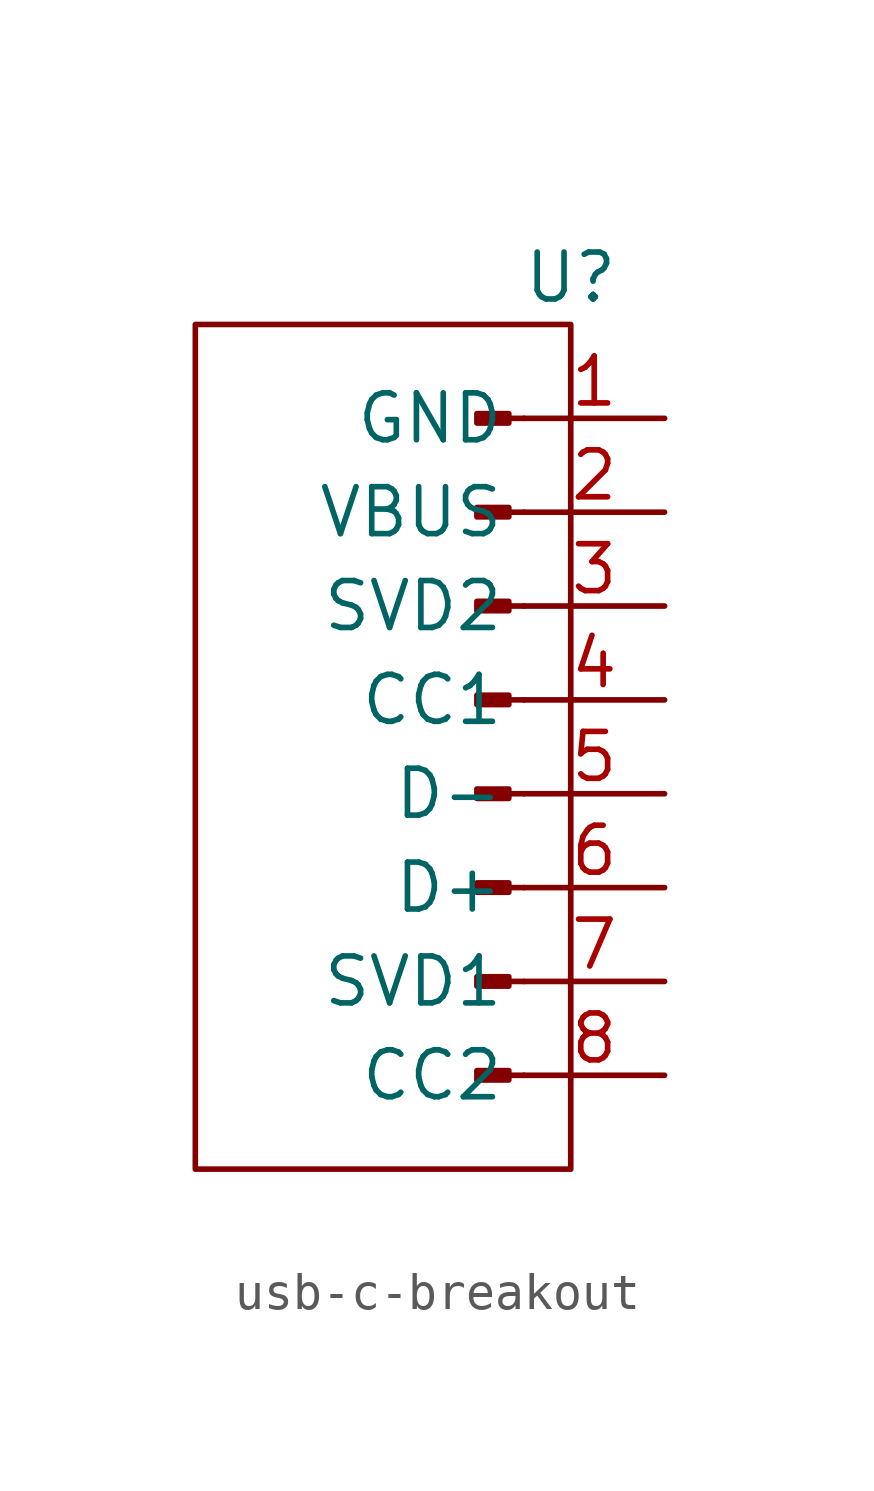
<source format=kicad_sym>
(kicad_symbol_lib
  (version 20231120)
  (generator "kicad_symbol_editor")
  (generator_version "8.0")
  (symbol "usb-c-breakout"
    (property "Reference" "U"
      (at 0 0 0)
      (effects (font (size 1.27 1.27))))
    (property "Value" ""
      (at 0 0 0)
      (effects (font (size 1.27 1.27))))
    (symbol "usb-c-breakout_1_1"
      (rectangle (start -10.16 -1.27) (end 0 -24.13) (stroke (width 0) (type default)) (fill (type color) (color 0 0 0 0)))
      (rectangle (start -1.676 -21.463) (end -2.54 -21.717) (stroke (width 0.152) (type default)) (fill (type outline)))
      (rectangle (start -1.676 -18.923) (end -2.54 -19.177) (stroke (width 0.152) (type default)) (fill (type outline)))
      (rectangle (start -1.676 -16.383) (end -2.54 -16.637) (stroke (width 0.152) (type default)) (fill (type outline)))
      (rectangle (start -1.676 -13.843) (end -2.54 -14.097) (stroke (width 0.152) (type default)) (fill (type outline)))
      (rectangle (start -1.676 -11.303) (end -2.54 -11.557) (stroke (width 0.152) (type default)) (fill (type outline)))
      (rectangle (start -1.676 -8.763) (end -2.54 -9.017) (stroke (width 0.152) (type default)) (fill (type outline)))
      (rectangle (start -1.676 -6.223) (end -2.54 -6.477) (stroke (width 0.152) (type default)) (fill (type outline)))
      (rectangle (start -1.676 -3.683) (end -2.54 -3.937) (stroke (width 0.152) (type default)) (fill (type outline)))
      (polyline (pts (xy -1.27 -21.59) (xy -1.676 -21.59)) (stroke (width 0.152) (type default)) (fill (type none)))
      (polyline (pts (xy -1.27 -19.05) (xy -1.676 -19.05)) (stroke (width 0.152) (type default)) (fill (type none)))
      (polyline (pts (xy -1.27 -16.51) (xy -1.676 -16.51)) (stroke (width 0.152) (type default)) (fill (type none)))
      (polyline (pts (xy -1.27 -13.97) (xy -1.676 -13.97)) (stroke (width 0.152) (type default)) (fill (type none)))
      (polyline (pts (xy -1.27 -11.43) (xy -1.676 -11.43)) (stroke (width 0.152) (type default)) (fill (type none)))
      (polyline (pts (xy -1.27 -8.89) (xy -1.676 -8.89)) (stroke (width 0.152) (type default)) (fill (type none)))
      (polyline (pts (xy -1.27 -6.35) (xy -1.676 -6.35)) (stroke (width 0.152) (type default)) (fill (type none)))
      (polyline (pts (xy -1.27 -3.81) (xy -1.676 -3.81)) (stroke (width 0.152) (type default)) (fill (type none)))
      (pin power_out line (at 2.54 -3.81 180) (length 3.81) (name "GND" (effects (font (size 1.27 1.27)))) (number "1" (effects (font (size 1.27 1.27)))))
      (pin power_in line (at 2.54 -6.35 180) (length 3.81) (name "VBUS" (effects (font (size 1.27 1.27)))) (number "2" (effects (font (size 1.27 1.27)))))
      (pin passive line (at 2.54 -8.89 180) (length 3.81) (name "SVD2" (effects (font (size 1.27 1.27)))) (number "3" (effects (font (size 1.27 1.27)))))
      (pin passive line (at 2.54 -11.43 180) (length 3.81) (name "CC1" (effects (font (size 1.27 1.27)))) (number "4" (effects (font (size 1.27 1.27)))))
      (pin passive line (at 2.54 -13.97 180) (length 3.81) (name "D-" (effects (font (size 1.27 1.27)))) (number "5" (effects (font (size 1.27 1.27)))))
      (pin passive line (at 2.54 -16.51 180) (length 3.81) (name "D+" (effects (font (size 1.27 1.27)))) (number "6" (effects (font (size 1.27 1.27)))))
      (pin passive line (at 2.54 -19.05 180) (length 3.81) (name "SVD1" (effects (font (size 1.27 1.27)))) (number "7" (effects (font (size 1.27 1.27)))))
      (pin passive line (at 2.54 -21.59 180) (length 3.81) (name "CC2" (effects (font (size 1.27 1.27)))) (number "8" (effects (font (size 1.27 1.27))))))))
</source>
